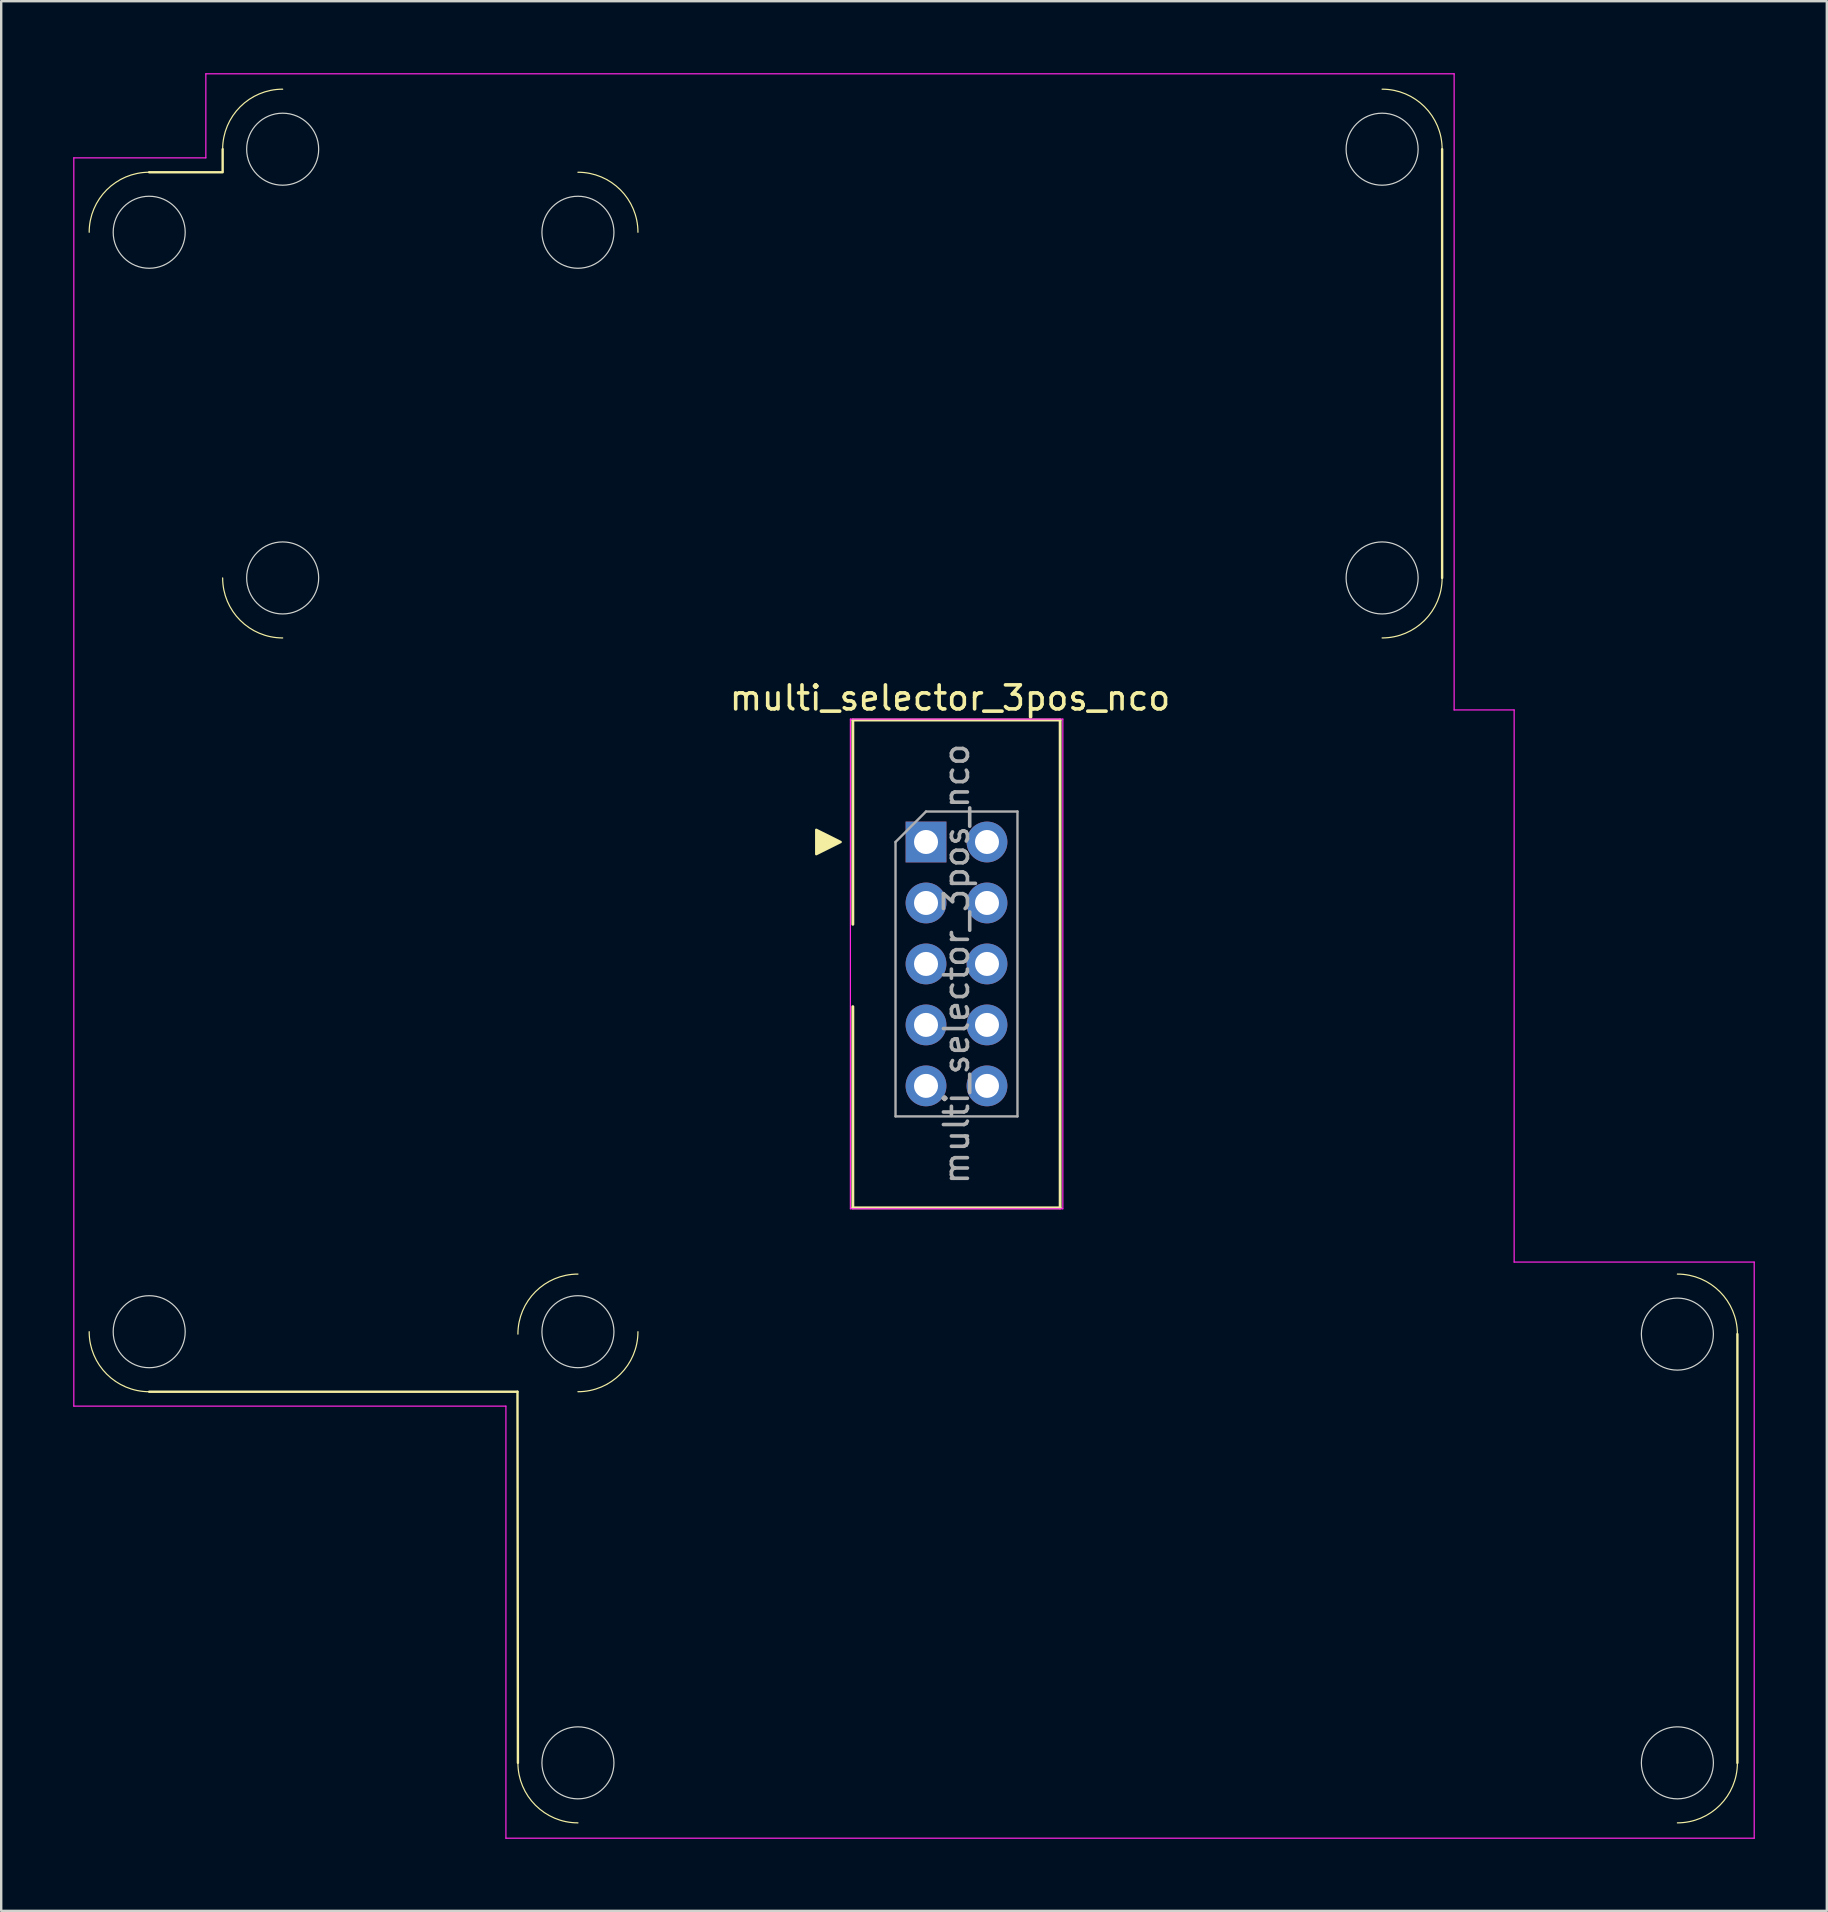
<source format=kicad_pcb>
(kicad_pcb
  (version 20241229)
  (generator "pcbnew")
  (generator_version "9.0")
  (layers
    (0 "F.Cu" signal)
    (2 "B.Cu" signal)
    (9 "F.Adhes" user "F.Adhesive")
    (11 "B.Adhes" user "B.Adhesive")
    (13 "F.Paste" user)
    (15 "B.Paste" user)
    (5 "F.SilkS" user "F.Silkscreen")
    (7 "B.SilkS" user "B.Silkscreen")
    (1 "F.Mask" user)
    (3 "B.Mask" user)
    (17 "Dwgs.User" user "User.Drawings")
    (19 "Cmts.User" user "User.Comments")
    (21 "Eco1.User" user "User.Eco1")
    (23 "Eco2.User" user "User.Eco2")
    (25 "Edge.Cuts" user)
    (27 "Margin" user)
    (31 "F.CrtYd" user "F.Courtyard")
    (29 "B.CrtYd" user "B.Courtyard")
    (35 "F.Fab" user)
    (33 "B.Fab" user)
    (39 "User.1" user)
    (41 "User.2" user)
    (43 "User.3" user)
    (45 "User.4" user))
  (footprint "multi_selector_3pos_nco"
    (layer "F.Cu")
    (at 35.525 32.025)
    (property "Reference" "multi_selector_3pos_nco" (at 1 -6 0) (layer "F.SilkS") (effects (font (size 1 1) (thickness 0.15))))
    (attr through_hole)
    (fp_line (start -32.36 -27.9) (end -29.3 -27.9) (stroke (width 0.1) (type default)) (layer "F.SilkS"))
    (fp_line (start -32.36 22.9) (end -17.018 22.9) (stroke (width 0.1) (type default)) (layer "F.SilkS"))
    (fp_line (start -29.3 -28.86) (end -29.3 -27.94) (stroke (width 0.1) (type default)) (layer "F.SilkS"))
    (fp_line (start -17.018 22.9) (end -17 38.36) (stroke (width 0.1) (type default)) (layer "F.SilkS"))
    (fp_line (start -3.048 -5.08) (end 5.588 -5.08) (stroke (width 0.12) (type solid)) (layer "F.SilkS"))
    (fp_line (start -3.048 3.429) (end -3.048 -5.08) (stroke (width 0.12) (type solid)) (layer "F.SilkS"))
    (fp_line (start -3.048 6.858) (end -3.048 15.24) (stroke (width 0.12) (type solid)) (layer "F.SilkS"))
    (fp_line (start -3.048 15.24) (end 5.588 15.24) (stroke (width 0.12) (type solid)) (layer "F.SilkS"))
    (fp_line (start 5.588 -5.08) (end 5.588 15.24) (stroke (width 0.12) (type solid)) (layer "F.SilkS"))
    (fp_line (start 21.5 -28.86) (end 21.5 -11) (stroke (width 0.1) (type default)) (layer "F.SilkS"))
    (fp_line (start 33.8 20.5) (end 33.8 38.36) (stroke (width 0.1) (type default)) (layer "F.SilkS"))
    (fp_arc (start -34.86 -25.4) (mid -34.127767 -27.167767) (end -32.36 -27.9) (stroke (width 0.05) (type solid)) (layer "F.SilkS"))
    (fp_arc (start -32.36 22.9) (mid -34.127767 22.167767) (end -34.86 20.4) (stroke (width 0.05) (type solid)) (layer "F.SilkS"))
    (fp_arc (start -29.3 -28.86) (mid -28.567767 -30.627767) (end -26.8 -31.36) (stroke (width 0.05) (type solid)) (layer "F.SilkS"))
    (fp_arc (start -26.8 -8.5) (mid -28.567767 -9.232233) (end -29.3 -11) (stroke (width 0.05) (type solid)) (layer "F.SilkS"))
    (fp_arc (start -17 20.5) (mid -16.267767 18.732233) (end -14.5 18) (stroke (width 0.05) (type solid)) (layer "F.SilkS"))
    (fp_arc (start -14.5 -27.9) (mid -12.732233 -27.167767) (end -12 -25.4) (stroke (width 0.05) (type solid)) (layer "F.SilkS"))
    (fp_arc (start -14.5 40.86) (mid -16.267767 40.127767) (end -17 38.36) (stroke (width 0.05) (type solid)) (layer "F.SilkS"))
    (fp_arc (start -12 20.4) (mid -12.732233 22.167767) (end -14.5 22.9) (stroke (width 0.05) (type solid)) (layer "F.SilkS"))
    (fp_arc (start 19 -31.36) (mid 20.767767 -30.627767) (end 21.5 -28.86) (stroke (width 0.05) (type solid)) (layer "F.SilkS"))
    (fp_arc (start 21.5 -11) (mid 20.767767 -9.232233) (end 19 -8.5) (stroke (width 0.05) (type solid)) (layer "F.SilkS"))
    (fp_arc (start 31.3 18) (mid 33.067767 18.732233) (end 33.8 20.5) (stroke (width 0.05) (type solid)) (layer "F.SilkS"))
    (fp_arc (start 33.8 38.36) (mid 33.067767 40.127767) (end 31.3 40.86) (stroke (width 0.05) (type solid)) (layer "F.SilkS"))
    (fp_poly (pts (xy -3.556 0) (xy -4.572 -0.508) (xy -4.572 0.508)) (stroke (width 0.1) (type solid)) (fill yes) (layer "F.SilkS"))
    (fp_circle (center -32.36 -25.4) (end -30.86 -25.4) (stroke (width 0.05) (type solid)) (fill no) (layer "Edge.Cuts"))
    (fp_circle (center -32.36 20.4) (end -30.86 20.4) (stroke (width 0.05) (type solid)) (fill no) (layer "Edge.Cuts"))
    (fp_circle (center -26.8 -28.86) (end -26.8 -27.36) (stroke (width 0.05) (type solid)) (fill no) (layer "Edge.Cuts"))
    (fp_circle (center -26.8 -11) (end -26.8 -9.5) (stroke (width 0.05) (type solid)) (fill no) (layer "Edge.Cuts"))
    (fp_circle (center -14.5 -25.4) (end -13 -25.4) (stroke (width 0.05) (type solid)) (fill no) (layer "Edge.Cuts"))
    (fp_circle (center -14.5 20.4) (end -13 20.4) (stroke (width 0.05) (type solid)) (fill no) (layer "Edge.Cuts"))
    (fp_circle (center -14.5 38.36) (end -14.5 36.86) (stroke (width 0.05) (type solid)) (fill no) (layer "Edge.Cuts"))
    (fp_circle (center 19 -28.86) (end 19 -27.36) (stroke (width 0.05) (type solid)) (fill no) (layer "Edge.Cuts"))
    (fp_circle (center 19 -11) (end 19 -9.5) (stroke (width 0.05) (type solid)) (fill no) (layer "Edge.Cuts"))
    (fp_circle (center 31.3 20.5) (end 31.3 19) (stroke (width 0.05) (type solid)) (fill no) (layer "Edge.Cuts"))
    (fp_circle (center 31.3 38.36) (end 31.3 36.86) (stroke (width 0.05) (type solid)) (fill no) (layer "Edge.Cuts"))
    (fp_line (start -35.5 23.5) (end -35.5 -28.5) (stroke (width 0.05) (type default)) (layer "F.CrtYd"))
    (fp_line (start -35.5 23.5) (end -17.5 23.5) (stroke (width 0.05) (type default)) (layer "F.CrtYd"))
    (fp_line (start -30 -32) (end -30 -28.5) (stroke (width 0.05) (type default)) (layer "F.CrtYd"))
    (fp_line (start -30 -32) (end 22 -32) (stroke (width 0.05) (type default)) (layer "F.CrtYd"))
    (fp_line (start -30 -28.5) (end -35.5 -28.5) (stroke (width 0.05) (type default)) (layer "F.CrtYd"))
    (fp_line (start -17.5 23.5) (end -17.5 41.5) (stroke (width 0.05) (type default)) (layer "F.CrtYd"))
    (fp_line (start -17.5 41.5) (end 34.5 41.5) (stroke (width 0.05) (type default)) (layer "F.CrtYd"))
    (fp_line (start -3.15 -5.12) (end 5.7 -5.12) (stroke (width 0.05) (type solid)) (layer "F.CrtYd"))
    (fp_line (start -3.15 15.28) (end -3.15 -5.12) (stroke (width 0.05) (type solid)) (layer "F.CrtYd"))
    (fp_line (start -3.15 15.28) (end 5.7 15.28) (stroke (width 0.05) (type solid)) (layer "F.CrtYd"))
    (fp_line (start 5.7 15.28) (end 5.7 -5.12) (stroke (width 0.05) (type solid)) (layer "F.CrtYd"))
    (fp_line (start 22 -5.5) (end 22 -32) (stroke (width 0.05) (type default)) (layer "F.CrtYd"))
    (fp_line (start 24.5 -5.5) (end 22 -5.5) (stroke (width 0.05) (type default)) (layer "F.CrtYd"))
    (fp_line (start 24.5 17.5) (end 24.5 -5.5) (stroke (width 0.05) (type default)) (layer "F.CrtYd"))
    (fp_line (start 34.5 17.5) (end 24.5 17.5) (stroke (width 0.05) (type default)) (layer "F.CrtYd"))
    (fp_line (start 34.5 41.5) (end 34.5 17.5) (stroke (width 0.05) (type default)) (layer "F.CrtYd"))
    (fp_line (start -1.27 0) (end 0 -1.27) (stroke (width 0.1) (type solid)) (layer "F.Fab"))
    (fp_line (start -1.27 11.43) (end -1.27 0) (stroke (width 0.1) (type solid)) (layer "F.Fab"))
    (fp_line (start 0 -1.27) (end 3.81 -1.27) (stroke (width 0.1) (type solid)) (layer "F.Fab"))
    (fp_line (start 3.81 -1.27) (end 3.81 11.43) (stroke (width 0.1) (type solid)) (layer "F.Fab"))
    (fp_line (start 3.81 11.43) (end -1.27 11.43) (stroke (width 0.1) (type solid)) (layer "F.Fab"))
    (fp_text user "${REFERENCE}" (at 1.27 5.08 90) (layer "F.Fab") (effects (font (size 1 1) (thickness 0.15))))
    (pad "1" thru_hole rect (at 0 0) (size 1.7 1.7) (drill 1) (layers "*.Cu" "*.Mask"))
    (pad "2" thru_hole circle (at 2.54 0) (size 1.7 1.7) (drill 1) (layers "*.Cu" "*.Mask"))
    (pad "3" thru_hole circle (at 0 2.54) (size 1.7 1.7) (drill 1) (layers "*.Cu" "*.Mask"))
    (pad "4" thru_hole circle (at 2.54 2.54) (size 1.7 1.7) (drill 1) (layers "*.Cu" "*.Mask"))
    (pad "5" thru_hole circle (at 0 5.08) (size 1.7 1.7) (drill 1) (layers "*.Cu" "*.Mask"))
    (pad "6" thru_hole circle (at 2.54 5.08) (size 1.7 1.7) (drill 1) (layers "*.Cu" "*.Mask"))
    (pad "7" thru_hole circle (at 0 7.62) (size 1.7 1.7) (drill 1) (layers "*.Cu" "*.Mask"))
    (pad "8" thru_hole circle (at 2.54 7.62) (size 1.7 1.7) (drill 1) (layers "*.Cu" "*.Mask"))
    (pad "9" thru_hole circle (at 0 10.16) (size 1.7 1.7) (drill 1) (layers "*.Cu" "*.Mask"))
    (pad "10" thru_hole circle (at 2.54 10.16) (size 1.7 1.7) (drill 1) (layers "*.Cu" "*.Mask")))
  (gr_rect
    (start -3 -3)
    (end 73.05 76.55)
    (stroke (width 0.1) (type default))
    (fill no)
    (layer "Edge.Cuts")))
</source>
